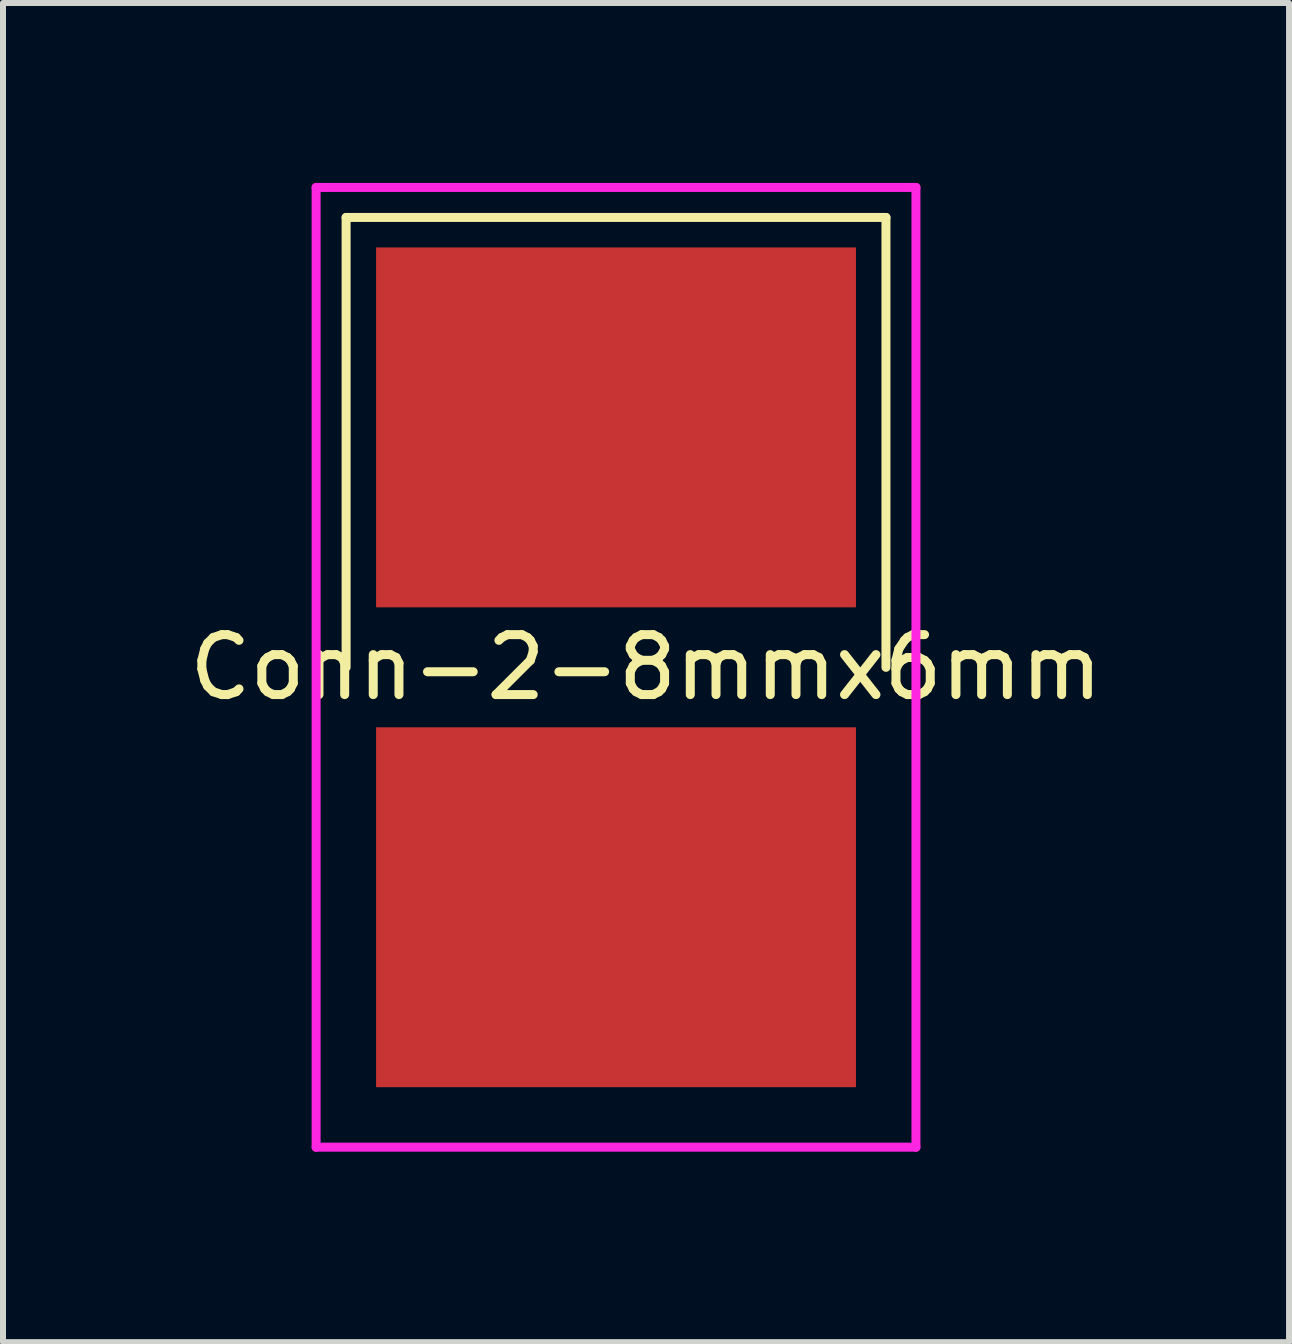
<source format=kicad_pcb>
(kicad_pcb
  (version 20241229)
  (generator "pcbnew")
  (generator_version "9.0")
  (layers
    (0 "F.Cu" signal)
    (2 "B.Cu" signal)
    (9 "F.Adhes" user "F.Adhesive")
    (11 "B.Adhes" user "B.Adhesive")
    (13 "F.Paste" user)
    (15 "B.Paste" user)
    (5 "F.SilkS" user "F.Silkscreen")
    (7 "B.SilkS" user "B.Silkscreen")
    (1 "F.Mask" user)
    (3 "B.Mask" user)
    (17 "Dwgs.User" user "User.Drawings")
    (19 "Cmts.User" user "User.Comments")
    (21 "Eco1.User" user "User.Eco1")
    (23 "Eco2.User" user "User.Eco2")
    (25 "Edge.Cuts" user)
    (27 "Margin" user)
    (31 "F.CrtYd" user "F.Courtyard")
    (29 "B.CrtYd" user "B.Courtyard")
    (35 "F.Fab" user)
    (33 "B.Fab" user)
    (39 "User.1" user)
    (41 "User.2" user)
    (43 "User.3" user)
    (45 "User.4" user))
  (footprint "Conn-2-8mmx6mm"
    (layer "F.Cu")
    (at 7.22 16.075)
    (property "Reference" "Conn-2-8mmx6mm" (at 0.5 -8 0) (layer "F.SilkS") (effects (font (size 1 1) (thickness 0.15))))
    (attr through_hole)
    (fp_line (start -4.5 -15.5) (end 4.5 -15.5) (stroke (width 0.15) (type solid)) (layer "F.SilkS"))
    (fp_line (start -4.5 -8) (end -4.5 -15.5) (stroke (width 0.15) (type solid)) (layer "F.SilkS"))
    (fp_line (start 4.5 -15.5) (end 4.5 -8) (stroke (width 0.15) (type solid)) (layer "F.SilkS"))
    (fp_line (start -5 -16) (end -5 0) (stroke (width 0.15) (type solid)) (layer "F.CrtYd"))
    (fp_line (start -5 0) (end 5 0) (stroke (width 0.15) (type solid)) (layer "F.CrtYd"))
    (fp_line (start 5 -16) (end -5 -16) (stroke (width 0.15) (type solid)) (layer "F.CrtYd"))
    (fp_line (start 5 0) (end 5 -16) (stroke (width 0.15) (type solid)) (layer "F.CrtYd"))
    (pad "1" smd rect (at 0 -12) (size 8 6) (layers "F.Cu" "F.Mask" "F.Paste"))
    (pad "2" smd rect (at 0 -4) (size 8 6) (layers "F.Cu" "F.Mask" "F.Paste")))
  (gr_rect
    (start -3 -3)
    (end 18.44 19.325)
    (stroke (width 0.1) (type default))
    (fill no)
    (layer "Edge.Cuts")))
</source>
